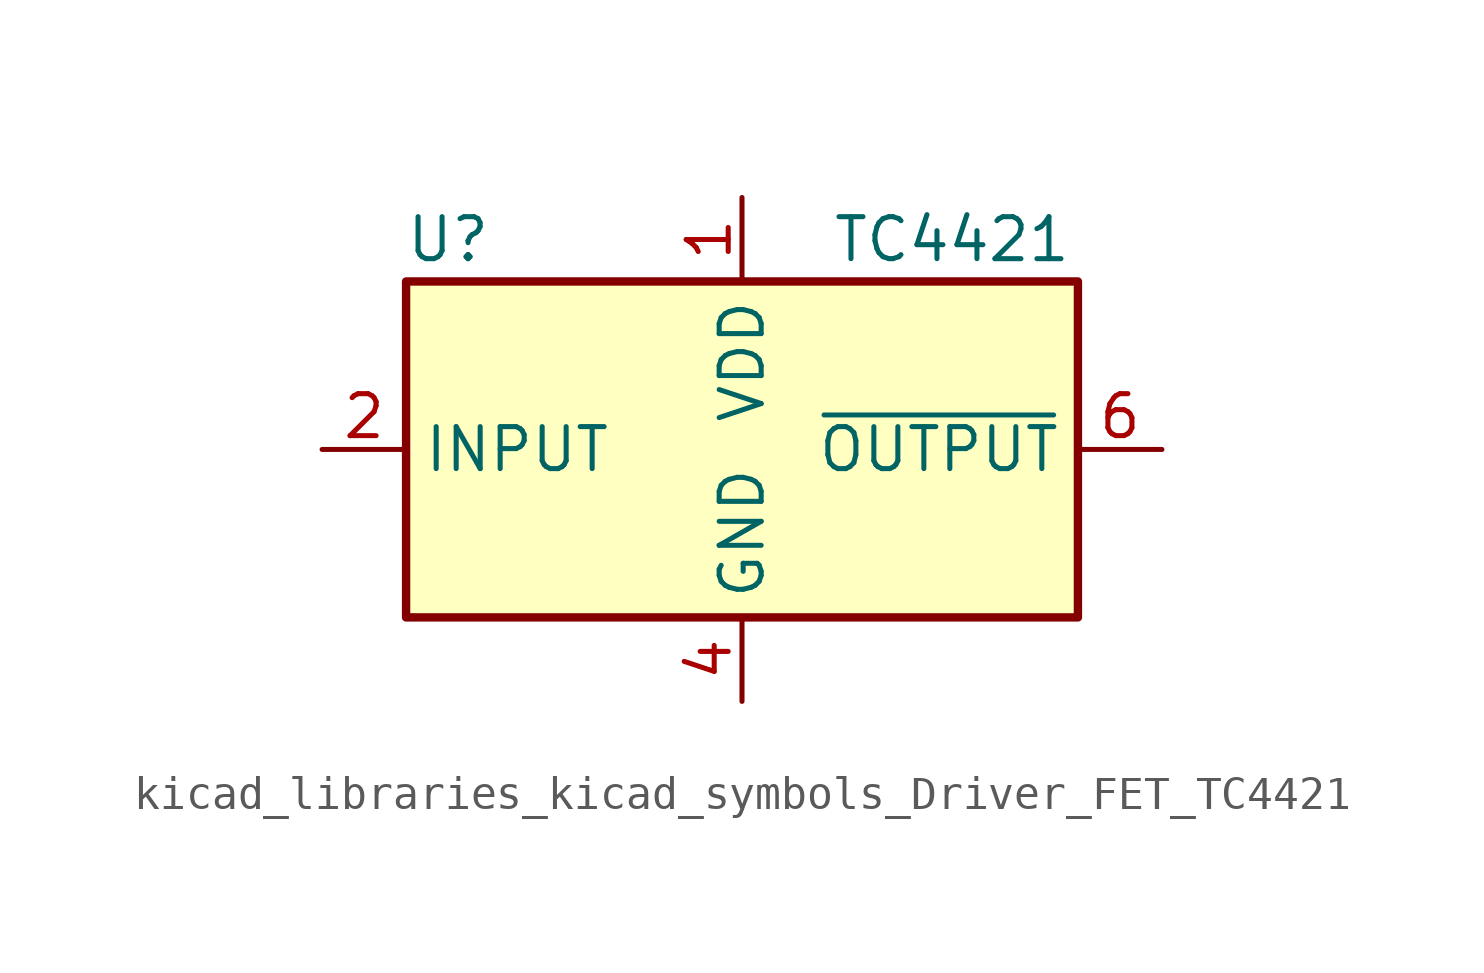
<source format=kicad_sym>
(kicad_symbol_lib
  (version 20220914)
  (generator kicad_symbol_editor)
  (symbol "kicad_libraries_kicad_symbols_Driver_FET_TC4421"
    (property "Reference" "U"
      (at -8.89 6.35 0)
      (effects (font (size 1.27 1.27))))
    (property "Value" "TC4421"
      (at 6.35 6.35 0)
      (effects (font (size 1.27 1.27))))
    (symbol "kicad_libraries_kicad_symbols_Driver_FET_TC4421_0_1"
      (rectangle (start -10.16 5.08) (end 10.16 -5.08) (stroke (width 0.254) (type default)) (fill (type background))))
    (symbol "kicad_libraries_kicad_symbols_Driver_FET_TC4421_1_1"
      (pin power_in line (at 0 7.62 270) (length 2.54) (name "VDD" (effects (font (size 1.27 1.27)))) (number "1" (effects (font (size 1.27 1.27)))))
      (pin input line (at -12.7 0 0) (length 2.54) (name "INPUT" (effects (font (size 1.27 1.27)))) (number "2" (effects (font (size 1.27 1.27)))))
      (pin no_connect line (at -5.08 -5.08 90) (length 2.54) hide (name "NC" (effects (font (size 1.27 1.27)))) (number "3" (effects (font (size 1.27 1.27)))))
      (pin power_in line (at 0 -7.62 90) (length 2.54) (name "GND" (effects (font (size 1.27 1.27)))) (number "4" (effects (font (size 1.27 1.27)))))
      (pin passive line (at 0 -7.62 90) (length 2.54) hide (name "GND" (effects (font (size 1.27 1.27)))) (number "5" (effects (font (size 1.27 1.27)))))
      (pin output line (at 12.7 0 180) (length 2.54) (name "~{OUTPUT}" (effects (font (size 1.27 1.27)))) (number "6" (effects (font (size 1.27 1.27)))))
      (pin passive line (at 12.7 0 180) (length 2.54) hide (name "~{OUTPUT}" (effects (font (size 1.27 1.27)))) (number "7" (effects (font (size 1.27 1.27)))))
      (pin passive line (at 0 7.62 270) (length 2.54) hide (name "VDD" (effects (font (size 1.27 1.27)))) (number "8" (effects (font (size 1.27 1.27))))))))
</source>
